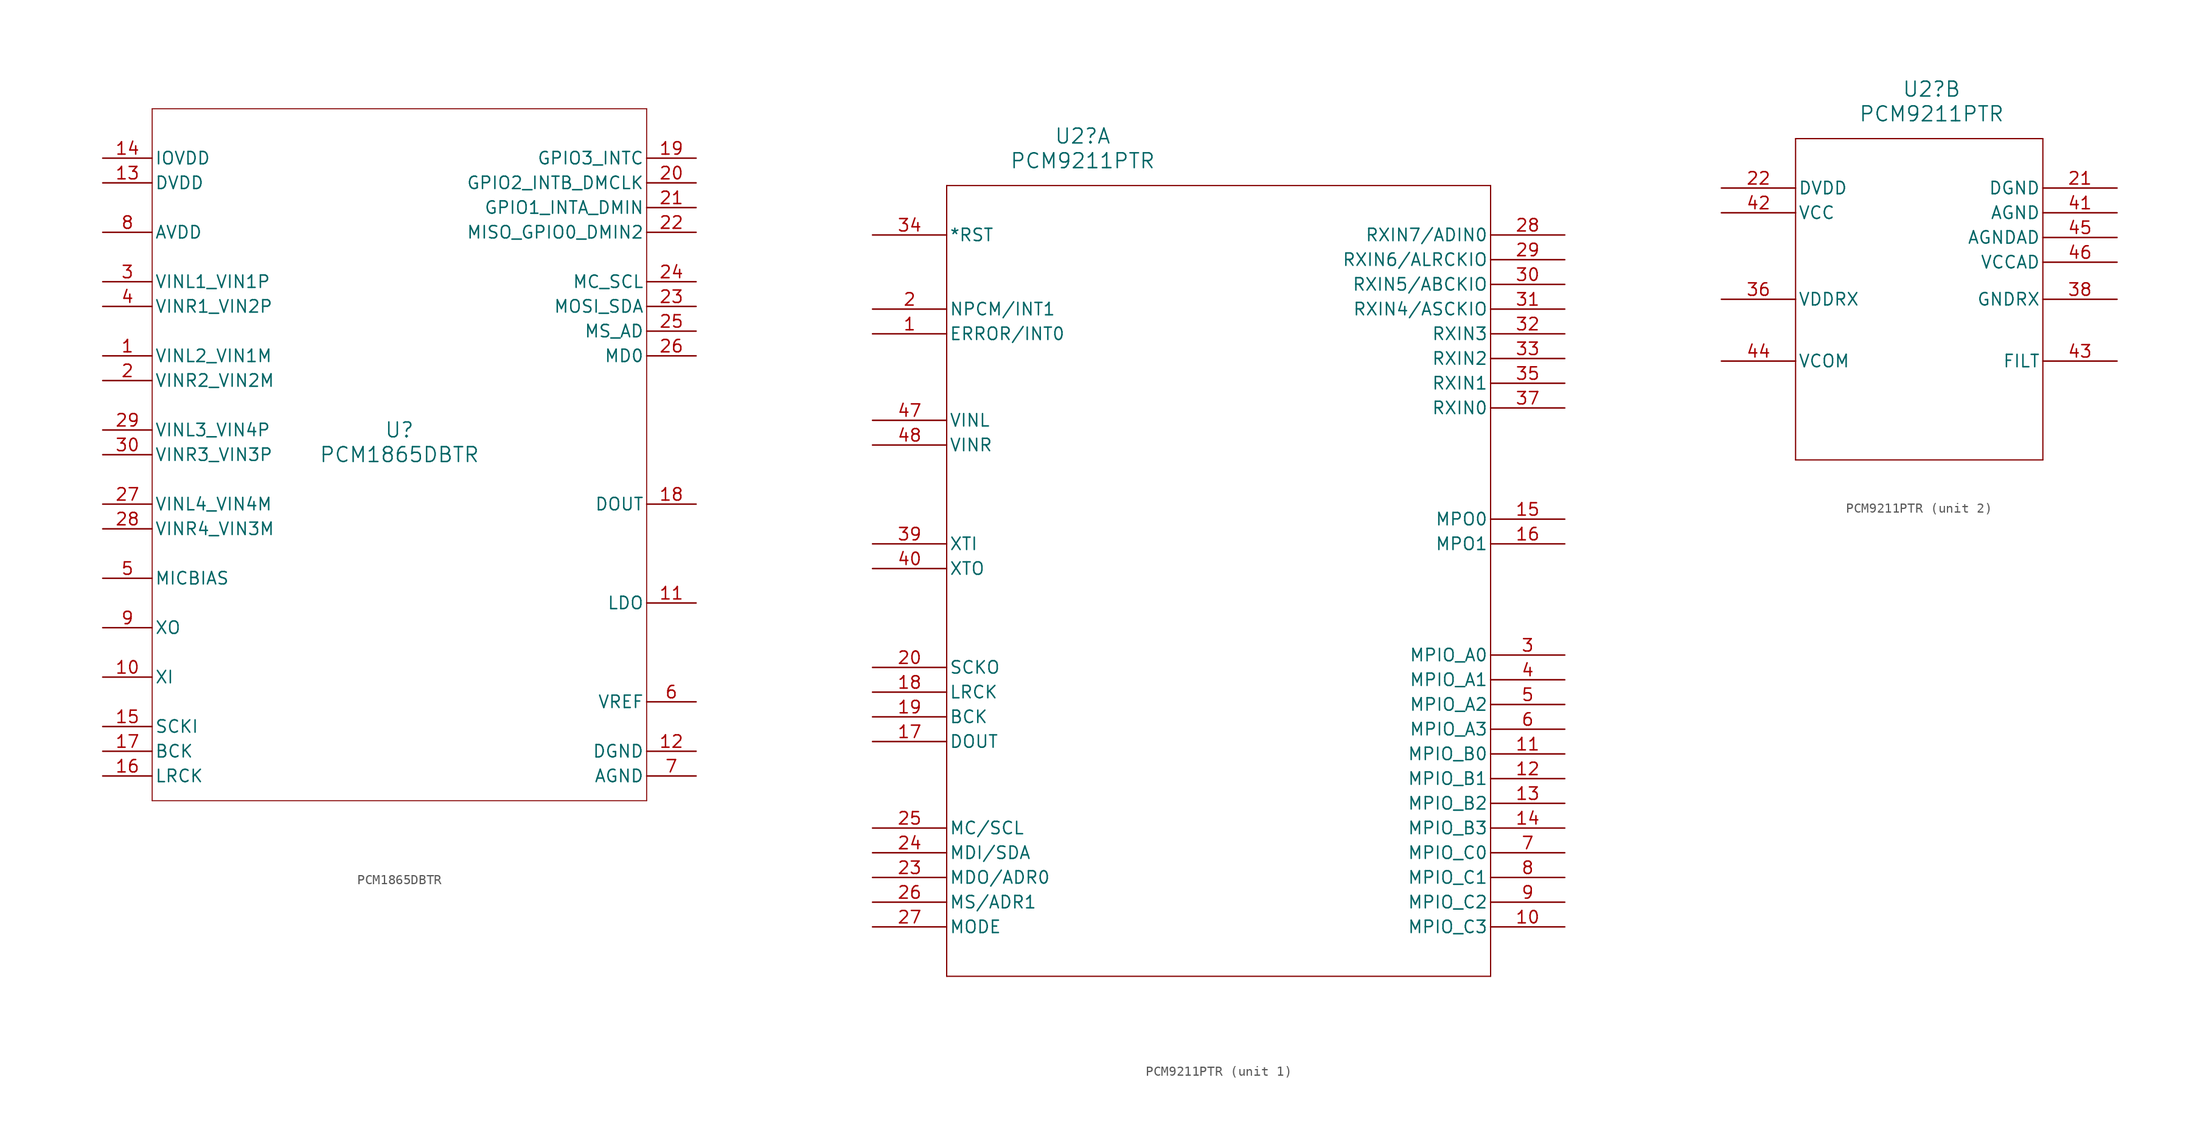
<source format=kicad_sym>
(kicad_symbol_lib
  (version 20231120)
  (generator "kicad_symbol_editor")
  (generator_version "8.0")
  (symbol "PCM1865DBTR"
    (pin_names
      (offset 0.254))
    (property "Reference" "U"
      (at 0 2.54 0)
      (effects (font (size 1.524 1.524))))
    (property "Value" "PCM1865DBTR"
      (at 0 0 0)
      (effects (font (size 1.524 1.524))))
    (property "ki_locked" ""
      (at 0 0 0)
      (effects (font (size 1.27 1.27))))
    (symbol "PCM1865DBTR_0_1"
      (polyline (pts (xy -25.4 -35.56) (xy 25.4 -35.56)) (stroke (width 0.102) (type default)) (fill (type none)))
      (polyline (pts (xy -25.4 35.56) (xy -25.4 -35.56)) (stroke (width 0.102) (type default)) (fill (type none)))
      (polyline (pts (xy 25.4 -35.56) (xy 25.4 35.56)) (stroke (width 0.102) (type default)) (fill (type none)))
      (polyline (pts (xy 25.4 35.56) (xy -25.4 35.56)) (stroke (width 0.102) (type default)) (fill (type none)))
      (pin input line (at -30.48 10.16 0) (length 5.08) (name "VINL2_VIN1M" (effects (font (size 1.27 1.27)))) (number "1" (effects (font (size 1.27 1.27)))))
      (pin unspecified line (at -30.48 -22.86 0) (length 5.08) (name "XI" (effects (font (size 1.27 1.27)))) (number "10" (effects (font (size 1.27 1.27)))))
      (pin output line (at 30.48 -15.24 180) (length 5.08) (name "LDO" (effects (font (size 1.27 1.27)))) (number "11" (effects (font (size 1.27 1.27)))))
      (pin power_in line (at 30.48 -30.48 180) (length 5.08) (name "DGND" (effects (font (size 1.27 1.27)))) (number "12" (effects (font (size 1.27 1.27)))))
      (pin power_in line (at -30.48 27.94 0) (length 5.08) (name "DVDD" (effects (font (size 1.27 1.27)))) (number "13" (effects (font (size 1.27 1.27)))))
      (pin power_in line (at -30.48 30.48 0) (length 5.08) (name "IOVDD" (effects (font (size 1.27 1.27)))) (number "14" (effects (font (size 1.27 1.27)))))
      (pin input line (at -30.48 -27.94 0) (length 5.08) (name "SCKI" (effects (font (size 1.27 1.27)))) (number "15" (effects (font (size 1.27 1.27)))))
      (pin bidirectional line (at -30.48 -33.02 0) (length 5.08) (name "LRCK" (effects (font (size 1.27 1.27)))) (number "16" (effects (font (size 1.27 1.27)))))
      (pin bidirectional line (at -30.48 -30.48 0) (length 5.08) (name "BCK" (effects (font (size 1.27 1.27)))) (number "17" (effects (font (size 1.27 1.27)))))
      (pin output line (at 30.48 -5.08 180) (length 5.08) (name "DOUT" (effects (font (size 1.27 1.27)))) (number "18" (effects (font (size 1.27 1.27)))))
      (pin bidirectional line (at 30.48 30.48 180) (length 5.08) (name "GPIO3_INTC" (effects (font (size 1.27 1.27)))) (number "19" (effects (font (size 1.27 1.27)))))
      (pin input line (at -30.48 7.62 0) (length 5.08) (name "VINR2_VIN2M" (effects (font (size 1.27 1.27)))) (number "2" (effects (font (size 1.27 1.27)))))
      (pin bidirectional line (at 30.48 27.94 180) (length 5.08) (name "GPIO2_INTB_DMCLK" (effects (font (size 1.27 1.27)))) (number "20" (effects (font (size 1.27 1.27)))))
      (pin bidirectional line (at 30.48 25.4 180) (length 5.08) (name "GPIO1_INTA_DMIN" (effects (font (size 1.27 1.27)))) (number "21" (effects (font (size 1.27 1.27)))))
      (pin bidirectional line (at 30.48 22.86 180) (length 5.08) (name "MISO_GPIO0_DMIN2" (effects (font (size 1.27 1.27)))) (number "22" (effects (font (size 1.27 1.27)))))
      (pin bidirectional line (at 30.48 15.24 180) (length 5.08) (name "MOSI_SDA" (effects (font (size 1.27 1.27)))) (number "23" (effects (font (size 1.27 1.27)))))
      (pin input line (at 30.48 17.78 180) (length 5.08) (name "MC_SCL" (effects (font (size 1.27 1.27)))) (number "24" (effects (font (size 1.27 1.27)))))
      (pin input line (at 30.48 12.7 180) (length 5.08) (name "MS_AD" (effects (font (size 1.27 1.27)))) (number "25" (effects (font (size 1.27 1.27)))))
      (pin input line (at 30.48 10.16 180) (length 5.08) (name "MD0" (effects (font (size 1.27 1.27)))) (number "26" (effects (font (size 1.27 1.27)))))
      (pin input line (at -30.48 -5.08 0) (length 5.08) (name "VINL4_VIN4M" (effects (font (size 1.27 1.27)))) (number "27" (effects (font (size 1.27 1.27)))))
      (pin input line (at -30.48 -7.62 0) (length 5.08) (name "VINR4_VIN3M" (effects (font (size 1.27 1.27)))) (number "28" (effects (font (size 1.27 1.27)))))
      (pin input line (at -30.48 2.54 0) (length 5.08) (name "VINL3_VIN4P" (effects (font (size 1.27 1.27)))) (number "29" (effects (font (size 1.27 1.27)))))
      (pin input line (at -30.48 17.78 0) (length 5.08) (name "VINL1_VIN1P" (effects (font (size 1.27 1.27)))) (number "3" (effects (font (size 1.27 1.27)))))
      (pin input line (at -30.48 0 0) (length 5.08) (name "VINR3_VIN3P" (effects (font (size 1.27 1.27)))) (number "30" (effects (font (size 1.27 1.27)))))
      (pin input line (at -30.48 15.24 0) (length 5.08) (name "VINR1_VIN2P" (effects (font (size 1.27 1.27)))) (number "4" (effects (font (size 1.27 1.27)))))
      (pin output line (at -30.48 -12.7 0) (length 5.08) (name "MICBIAS" (effects (font (size 1.27 1.27)))) (number "5" (effects (font (size 1.27 1.27)))))
      (pin unspecified line (at 30.48 -25.4 180) (length 5.08) (name "VREF" (effects (font (size 1.27 1.27)))) (number "6" (effects (font (size 1.27 1.27)))))
      (pin power_in line (at 30.48 -33.02 180) (length 5.08) (name "AGND" (effects (font (size 1.27 1.27)))) (number "7" (effects (font (size 1.27 1.27)))))
      (pin power_in line (at -30.48 22.86 0) (length 5.08) (name "AVDD" (effects (font (size 1.27 1.27)))) (number "8" (effects (font (size 1.27 1.27)))))
      (pin unspecified line (at -30.48 -17.78 0) (length 5.08) (name "XO" (effects (font (size 1.27 1.27)))) (number "9" (effects (font (size 1.27 1.27)))))))
  (symbol "PCM9211PTR"
    (pin_names
      (offset 0.254))
    (property "Reference" "U2"
      (at 21.59 10.16 0)
      (effects (font (size 1.524 1.524))))
    (property "Value" "PCM9211PTR"
      (at 21.59 7.62 0)
      (effects (font (size 1.524 1.524))))
    (property "ki_locked" ""
      (at 0 0 0)
      (effects (font (size 1.27 1.27))))
    (symbol "PCM9211PTR_1_1"
      (polyline (pts (xy 7.62 -76.2) (xy 63.5 -76.2)) (stroke (width 0.127) (type default)) (fill (type none)))
      (polyline (pts (xy 7.62 5.08) (xy 7.62 -76.2)) (stroke (width 0.127) (type default)) (fill (type none)))
      (polyline (pts (xy 63.5 -76.2) (xy 63.5 5.08)) (stroke (width 0.127) (type default)) (fill (type none)))
      (polyline (pts (xy 63.5 5.08) (xy 7.62 5.08)) (stroke (width 0.127) (type default)) (fill (type none)))
      (pin output line (at 0 -10.16 0) (length 7.62) (name "ERROR/INT0" (effects (font (size 1.27 1.27)))) (number "1" (effects (font (size 1.27 1.27)))))
      (pin bidirectional line (at 71.12 -71.12 180) (length 7.62) (name "MPIO_C3" (effects (font (size 1.27 1.27)))) (number "10" (effects (font (size 1.27 1.27)))))
      (pin bidirectional line (at 71.12 -53.34 180) (length 7.62) (name "MPIO_B0" (effects (font (size 1.27 1.27)))) (number "11" (effects (font (size 1.27 1.27)))))
      (pin bidirectional line (at 71.12 -55.88 180) (length 7.62) (name "MPIO_B1" (effects (font (size 1.27 1.27)))) (number "12" (effects (font (size 1.27 1.27)))))
      (pin bidirectional line (at 71.12 -58.42 180) (length 7.62) (name "MPIO_B2" (effects (font (size 1.27 1.27)))) (number "13" (effects (font (size 1.27 1.27)))))
      (pin bidirectional line (at 71.12 -60.96 180) (length 7.62) (name "MPIO_B3" (effects (font (size 1.27 1.27)))) (number "14" (effects (font (size 1.27 1.27)))))
      (pin output line (at 71.12 -29.21 180) (length 7.62) (name "MPO0" (effects (font (size 1.27 1.27)))) (number "15" (effects (font (size 1.27 1.27)))))
      (pin output line (at 71.12 -31.75 180) (length 7.62) (name "MPO1" (effects (font (size 1.27 1.27)))) (number "16" (effects (font (size 1.27 1.27)))))
      (pin output line (at 0 -52.07 0) (length 7.62) (name "DOUT" (effects (font (size 1.27 1.27)))) (number "17" (effects (font (size 1.27 1.27)))))
      (pin output line (at 0 -46.99 0) (length 7.62) (name "LRCK" (effects (font (size 1.27 1.27)))) (number "18" (effects (font (size 1.27 1.27)))))
      (pin output line (at 0 -49.53 0) (length 7.62) (name "BCK" (effects (font (size 1.27 1.27)))) (number "19" (effects (font (size 1.27 1.27)))))
      (pin output line (at 0 -7.62 0) (length 7.62) (name "NPCM/INT1" (effects (font (size 1.27 1.27)))) (number "2" (effects (font (size 1.27 1.27)))))
      (pin output line (at 0 -44.45 0) (length 7.62) (name "SCKO" (effects (font (size 1.27 1.27)))) (number "20" (effects (font (size 1.27 1.27)))))
      (pin bidirectional line (at 0 -66.04 0) (length 7.62) (name "MDO/ADR0" (effects (font (size 1.27 1.27)))) (number "23" (effects (font (size 1.27 1.27)))))
      (pin bidirectional line (at 0 -63.5 0) (length 7.62) (name "MDI/SDA" (effects (font (size 1.27 1.27)))) (number "24" (effects (font (size 1.27 1.27)))))
      (pin input line (at 0 -60.96 0) (length 7.62) (name "MC/SCL" (effects (font (size 1.27 1.27)))) (number "25" (effects (font (size 1.27 1.27)))))
      (pin input line (at 0 -68.58 0) (length 7.62) (name "MS/ADR1" (effects (font (size 1.27 1.27)))) (number "26" (effects (font (size 1.27 1.27)))))
      (pin input line (at 0 -71.12 0) (length 7.62) (name "MODE" (effects (font (size 1.27 1.27)))) (number "27" (effects (font (size 1.27 1.27)))))
      (pin input line (at 71.12 0 180) (length 7.62) (name "RXIN7/ADIN0" (effects (font (size 1.27 1.27)))) (number "28" (effects (font (size 1.27 1.27)))))
      (pin input line (at 71.12 -2.54 180) (length 7.62) (name "RXIN6/ALRCKIO" (effects (font (size 1.27 1.27)))) (number "29" (effects (font (size 1.27 1.27)))))
      (pin bidirectional line (at 71.12 -43.18 180) (length 7.62) (name "MPIO_A0" (effects (font (size 1.27 1.27)))) (number "3" (effects (font (size 1.27 1.27)))))
      (pin input line (at 71.12 -5.08 180) (length 7.62) (name "RXIN5/ABCKIO" (effects (font (size 1.27 1.27)))) (number "30" (effects (font (size 1.27 1.27)))))
      (pin input line (at 71.12 -7.62 180) (length 7.62) (name "RXIN4/ASCKIO" (effects (font (size 1.27 1.27)))) (number "31" (effects (font (size 1.27 1.27)))))
      (pin input line (at 71.12 -10.16 180) (length 7.62) (name "RXIN3" (effects (font (size 1.27 1.27)))) (number "32" (effects (font (size 1.27 1.27)))))
      (pin input line (at 71.12 -12.7 180) (length 7.62) (name "RXIN2" (effects (font (size 1.27 1.27)))) (number "33" (effects (font (size 1.27 1.27)))))
      (pin input line (at 0 0 0) (length 7.62) (name "*RST" (effects (font (size 1.27 1.27)))) (number "34" (effects (font (size 1.27 1.27)))))
      (pin input line (at 71.12 -15.24 180) (length 7.62) (name "RXIN1" (effects (font (size 1.27 1.27)))) (number "35" (effects (font (size 1.27 1.27)))))
      (pin input line (at 71.12 -17.78 180) (length 7.62) (name "RXIN0" (effects (font (size 1.27 1.27)))) (number "37" (effects (font (size 1.27 1.27)))))
      (pin input line (at 0 -31.75 0) (length 7.62) (name "XTI" (effects (font (size 1.27 1.27)))) (number "39" (effects (font (size 1.27 1.27)))))
      (pin bidirectional line (at 71.12 -45.72 180) (length 7.62) (name "MPIO_A1" (effects (font (size 1.27 1.27)))) (number "4" (effects (font (size 1.27 1.27)))))
      (pin output line (at 0 -34.29 0) (length 7.62) (name "XTO" (effects (font (size 1.27 1.27)))) (number "40" (effects (font (size 1.27 1.27)))))
      (pin input line (at 0 -19.05 0) (length 7.62) (name "VINL" (effects (font (size 1.27 1.27)))) (number "47" (effects (font (size 1.27 1.27)))))
      (pin input line (at 0 -21.59 0) (length 7.62) (name "VINR" (effects (font (size 1.27 1.27)))) (number "48" (effects (font (size 1.27 1.27)))))
      (pin bidirectional line (at 71.12 -48.26 180) (length 7.62) (name "MPIO_A2" (effects (font (size 1.27 1.27)))) (number "5" (effects (font (size 1.27 1.27)))))
      (pin bidirectional line (at 71.12 -50.8 180) (length 7.62) (name "MPIO_A3" (effects (font (size 1.27 1.27)))) (number "6" (effects (font (size 1.27 1.27)))))
      (pin bidirectional line (at 71.12 -63.5 180) (length 7.62) (name "MPIO_C0" (effects (font (size 1.27 1.27)))) (number "7" (effects (font (size 1.27 1.27)))))
      (pin bidirectional line (at 71.12 -66.04 180) (length 7.62) (name "MPIO_C1" (effects (font (size 1.27 1.27)))) (number "8" (effects (font (size 1.27 1.27)))))
      (pin bidirectional line (at 71.12 -68.58 180) (length 7.62) (name "MPIO_C2" (effects (font (size 1.27 1.27)))) (number "9" (effects (font (size 1.27 1.27))))))
    (symbol "PCM9211PTR_2_1"
      (polyline (pts (xy 7.62 -27.94) (xy 33.02 -27.94)) (stroke (width 0.127) (type default)) (fill (type none)))
      (polyline (pts (xy 7.62 5.08) (xy 7.62 -27.94)) (stroke (width 0.127) (type default)) (fill (type none)))
      (polyline (pts (xy 33.02 -27.94) (xy 33.02 5.08)) (stroke (width 0.127) (type default)) (fill (type none)))
      (polyline (pts (xy 33.02 5.08) (xy 7.62 5.08)) (stroke (width 0.127) (type default)) (fill (type none)))
      (pin power_in line (at 40.64 0 180) (length 7.62) (name "DGND" (effects (font (size 1.27 1.27)))) (number "21" (effects (font (size 1.27 1.27)))))
      (pin power_in line (at 0 0 0) (length 7.62) (name "DVDD" (effects (font (size 1.27 1.27)))) (number "22" (effects (font (size 1.27 1.27)))))
      (pin power_in line (at 0 -11.43 0) (length 7.62) (name "VDDRX" (effects (font (size 1.27 1.27)))) (number "36" (effects (font (size 1.27 1.27)))))
      (pin power_in line (at 40.64 -11.43 180) (length 7.62) (name "GNDRX" (effects (font (size 1.27 1.27)))) (number "38" (effects (font (size 1.27 1.27)))))
      (pin power_in line (at 40.64 -2.54 180) (length 7.62) (name "AGND" (effects (font (size 1.27 1.27)))) (number "41" (effects (font (size 1.27 1.27)))))
      (pin power_in line (at 0 -2.54 0) (length 7.62) (name "VCC" (effects (font (size 1.27 1.27)))) (number "42" (effects (font (size 1.27 1.27)))))
      (pin output line (at 40.64 -17.78 180) (length 7.62) (name "FILT" (effects (font (size 1.27 1.27)))) (number "43" (effects (font (size 1.27 1.27)))))
      (pin output line (at 0 -17.78 0) (length 7.62) (name "VCOM" (effects (font (size 1.27 1.27)))) (number "44" (effects (font (size 1.27 1.27)))))
      (pin power_in line (at 40.64 -5.08 180) (length 7.62) (name "AGNDAD" (effects (font (size 1.27 1.27)))) (number "45" (effects (font (size 1.27 1.27)))))
      (pin power_in line (at 40.64 -7.62 180) (length 7.62) (name "VCCAD" (effects (font (size 1.27 1.27)))) (number "46" (effects (font (size 1.27 1.27))))))))
</source>
